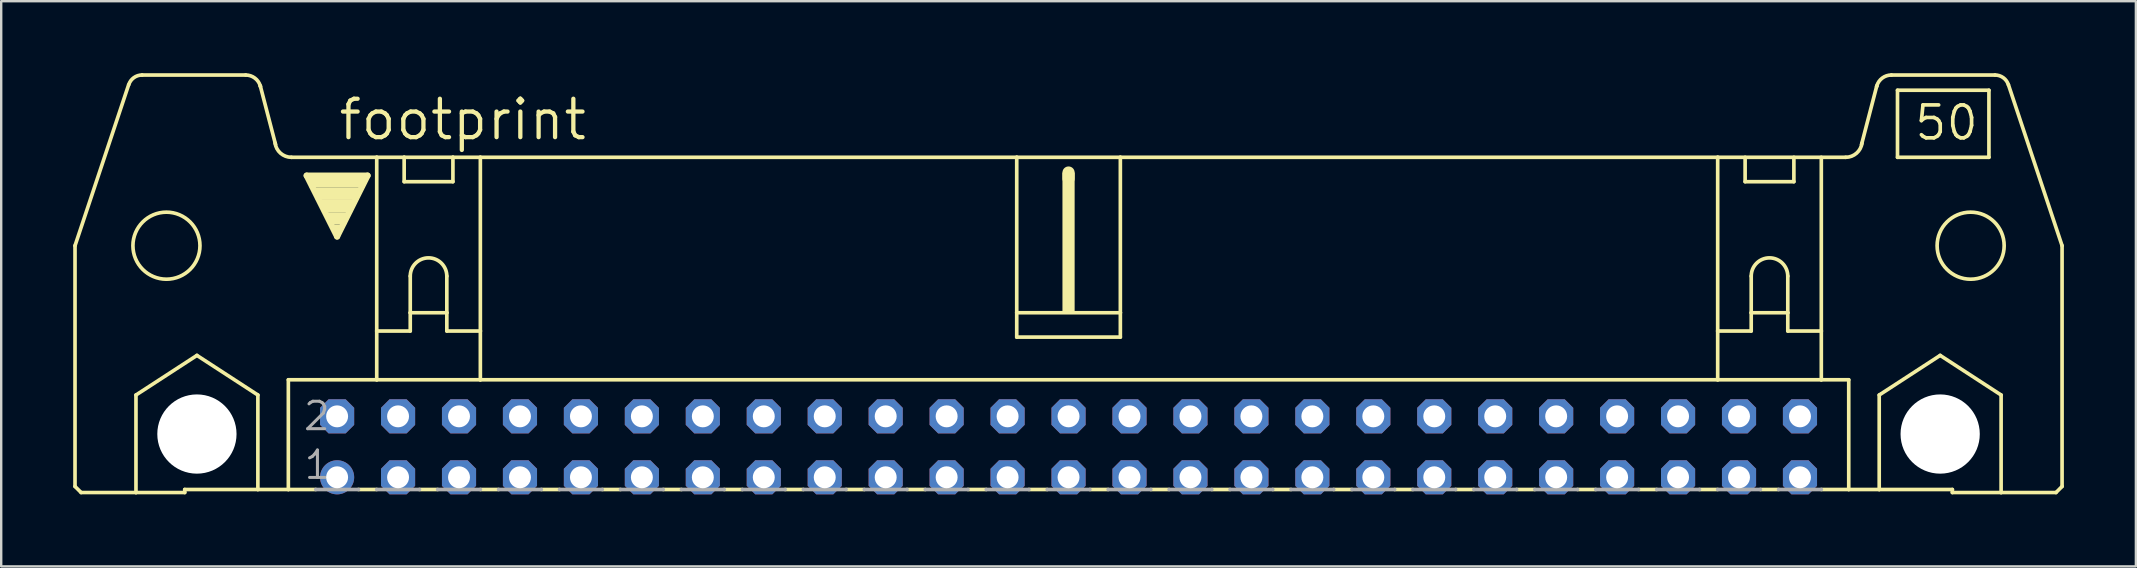
<source format=kicad_pcb>
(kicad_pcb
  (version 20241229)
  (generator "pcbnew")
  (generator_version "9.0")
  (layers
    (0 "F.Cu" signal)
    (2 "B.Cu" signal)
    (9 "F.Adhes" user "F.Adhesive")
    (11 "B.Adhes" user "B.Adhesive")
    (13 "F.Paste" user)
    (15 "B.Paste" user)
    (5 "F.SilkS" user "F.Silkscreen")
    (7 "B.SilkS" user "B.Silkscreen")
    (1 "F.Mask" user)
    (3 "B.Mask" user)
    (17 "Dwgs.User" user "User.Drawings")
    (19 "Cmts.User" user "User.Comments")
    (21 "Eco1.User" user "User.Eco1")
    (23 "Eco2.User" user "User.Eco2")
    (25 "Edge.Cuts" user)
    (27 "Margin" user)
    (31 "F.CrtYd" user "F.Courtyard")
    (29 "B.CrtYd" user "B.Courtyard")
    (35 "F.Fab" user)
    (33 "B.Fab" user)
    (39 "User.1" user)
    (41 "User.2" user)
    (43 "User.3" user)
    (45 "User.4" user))
  (footprint "footprint"
    (layer "F.Cu")
    (at 41.478 15.57)
    (property "Reference" "footprint" (at -30.505 -12.7 0) (layer "F.SilkS") (effects (font (size 1.6 1.6) (thickness 0.178)) (justify left bottom)))
    (fp_line (start -41.402 1.651) (end -41.402 -8.382) (stroke (width 0.152) (type solid)) (layer "F.SilkS"))
    (fp_line (start -41.402 1.651) (end -41.148 1.905) (stroke (width 0.152) (type solid)) (layer "F.SilkS"))
    (fp_line (start -41.148 1.905) (end -38.862 1.905) (stroke (width 0.152) (type solid)) (layer "F.SilkS"))
    (fp_line (start -39.167 -15.088) (end -41.402 -8.382) (stroke (width 0.152) (type solid)) (layer "F.SilkS"))
    (fp_line (start -38.862 -2.159) (end -36.322 -3.81) (stroke (width 0.152) (type solid)) (layer "F.SilkS"))
    (fp_line (start -38.862 1.905) (end -38.862 -2.159) (stroke (width 0.152) (type solid)) (layer "F.SilkS"))
    (fp_line (start -38.862 1.905) (end -36.83 1.905) (stroke (width 0.152) (type solid)) (layer "F.SilkS"))
    (fp_line (start -36.83 1.778) (end -36.83 1.905) (stroke (width 0.152) (type solid)) (layer "F.SilkS"))
    (fp_line (start -36.83 1.778) (end -33.782 1.778) (stroke (width 0.152) (type solid)) (layer "F.SilkS"))
    (fp_line (start -36.322 -3.81) (end -33.782 -2.159) (stroke (width 0.152) (type solid)) (layer "F.SilkS"))
    (fp_line (start -34.29 -15.494) (end -38.608 -15.494) (stroke (width 0.152) (type solid)) (layer "F.SilkS"))
    (fp_line (start -33.782 1.778) (end -33.782 -2.159) (stroke (width 0.152) (type solid)) (layer "F.SilkS"))
    (fp_line (start -33.782 1.778) (end -32.512 1.778) (stroke (width 0.152) (type solid)) (layer "F.SilkS"))
    (fp_line (start -33.045 -12.598) (end -33.68 -15.037) (stroke (width 0.152) (type solid)) (layer "F.SilkS"))
    (fp_line (start -32.512 -2.794) (end -32.512 1.778) (stroke (width 0.152) (type solid)) (layer "F.SilkS"))
    (fp_line (start -32.512 1.778) (end -31.369 1.778) (stroke (width 0.152) (type solid)) (layer "F.SilkS"))
    (fp_line (start -32.385 -12.065) (end -28.829 -12.065) (stroke (width 0.152) (type solid)) (layer "F.SilkS"))
    (fp_line (start -31.75 -11.303) (end -29.21 -11.303) (stroke (width 0.254) (type solid)) (layer "F.SilkS"))
    (fp_line (start -30.48 -8.763) (end -31.75 -11.303) (stroke (width 0.254) (type solid)) (layer "F.SilkS"))
    (fp_line (start -29.591 1.778) (end -28.829 1.778) (stroke (width 0.152) (type solid)) (layer "F.SilkS"))
    (fp_line (start -29.21 -11.303) (end -30.48 -8.763) (stroke (width 0.254) (type solid)) (layer "F.SilkS"))
    (fp_line (start -28.829 -12.065) (end -27.686 -12.065) (stroke (width 0.152) (type solid)) (layer "F.SilkS"))
    (fp_line (start -28.829 -4.826) (end -28.829 -12.065) (stroke (width 0.152) (type solid)) (layer "F.SilkS"))
    (fp_line (start -28.829 -4.826) (end -28.829 -2.794) (stroke (width 0.152) (type solid)) (layer "F.SilkS"))
    (fp_line (start -28.829 -4.826) (end -27.432 -4.826) (stroke (width 0.152) (type solid)) (layer "F.SilkS"))
    (fp_line (start -28.829 -2.794) (end -32.512 -2.794) (stroke (width 0.152) (type solid)) (layer "F.SilkS"))
    (fp_line (start -27.686 -12.065) (end -25.654 -12.065) (stroke (width 0.152) (type solid)) (layer "F.SilkS"))
    (fp_line (start -27.686 -11.049) (end -27.686 -12.065) (stroke (width 0.152) (type solid)) (layer "F.SilkS"))
    (fp_line (start -27.686 -11.049) (end -25.654 -11.049) (stroke (width 0.152) (type solid)) (layer "F.SilkS"))
    (fp_line (start -27.432 -7.112) (end -27.432 -5.588) (stroke (width 0.152) (type solid)) (layer "F.SilkS"))
    (fp_line (start -27.432 -5.588) (end -27.432 -4.826) (stroke (width 0.152) (type solid)) (layer "F.SilkS"))
    (fp_line (start -27.432 -5.588) (end -25.908 -5.588) (stroke (width 0.152) (type solid)) (layer "F.SilkS"))
    (fp_line (start -27.051 1.778) (end -26.289 1.778) (stroke (width 0.152) (type solid)) (layer "F.SilkS"))
    (fp_line (start -25.908 -7.112) (end -25.908 -5.588) (stroke (width 0.152) (type solid)) (layer "F.SilkS"))
    (fp_line (start -25.908 -5.588) (end -25.908 -4.826) (stroke (width 0.152) (type solid)) (layer "F.SilkS"))
    (fp_line (start -25.908 -4.826) (end -24.511 -4.826) (stroke (width 0.152) (type solid)) (layer "F.SilkS"))
    (fp_line (start -25.654 -12.065) (end -25.654 -11.049) (stroke (width 0.152) (type solid)) (layer "F.SilkS"))
    (fp_line (start -25.654 -12.065) (end -24.511 -12.065) (stroke (width 0.152) (type solid)) (layer "F.SilkS"))
    (fp_line (start -24.511 -12.065) (end -2.159 -12.065) (stroke (width 0.152) (type solid)) (layer "F.SilkS"))
    (fp_line (start -24.511 -4.826) (end -24.511 -12.065) (stroke (width 0.152) (type solid)) (layer "F.SilkS"))
    (fp_line (start -24.511 -4.826) (end -24.511 -2.794) (stroke (width 0.152) (type solid)) (layer "F.SilkS"))
    (fp_line (start -24.511 -2.794) (end -28.829 -2.794) (stroke (width 0.152) (type solid)) (layer "F.SilkS"))
    (fp_line (start -24.511 1.778) (end -23.749 1.778) (stroke (width 0.152) (type solid)) (layer "F.SilkS"))
    (fp_line (start -21.971 1.778) (end -21.209 1.778) (stroke (width 0.152) (type solid)) (layer "F.SilkS"))
    (fp_line (start -19.431 1.778) (end -18.669 1.778) (stroke (width 0.152) (type solid)) (layer "F.SilkS"))
    (fp_line (start -16.891 1.778) (end -16.129 1.778) (stroke (width 0.152) (type solid)) (layer "F.SilkS"))
    (fp_line (start -14.351 1.778) (end -13.589 1.778) (stroke (width 0.152) (type solid)) (layer "F.SilkS"))
    (fp_line (start -11.811 1.778) (end -11.049 1.778) (stroke (width 0.152) (type solid)) (layer "F.SilkS"))
    (fp_line (start -9.271 1.778) (end -8.509 1.778) (stroke (width 0.152) (type solid)) (layer "F.SilkS"))
    (fp_line (start -6.731 1.778) (end -5.969 1.778) (stroke (width 0.152) (type solid)) (layer "F.SilkS"))
    (fp_line (start -4.191 1.778) (end -3.429 1.778) (stroke (width 0.152) (type solid)) (layer "F.SilkS"))
    (fp_line (start -2.159 -12.065) (end -2.159 -5.588) (stroke (width 0.152) (type solid)) (layer "F.SilkS"))
    (fp_line (start -2.159 -12.065) (end 2.159 -12.065) (stroke (width 0.152) (type solid)) (layer "F.SilkS"))
    (fp_line (start -2.159 -5.588) (end -2.159 -4.572) (stroke (width 0.152) (type solid)) (layer "F.SilkS"))
    (fp_line (start -1.651 1.778) (end -0.889 1.778) (stroke (width 0.152) (type solid)) (layer "F.SilkS"))
    (fp_line (start 0 -11.176) (end 0 -11.43) (stroke (width 0.508) (type solid)) (layer "F.SilkS"))
    (fp_line (start 0.889 1.778) (end 1.651 1.778) (stroke (width 0.152) (type solid)) (layer "F.SilkS"))
    (fp_line (start 2.159 -12.065) (end 2.159 -5.588) (stroke (width 0.152) (type solid)) (layer "F.SilkS"))
    (fp_line (start 2.159 -12.065) (end 27.051 -12.065) (stroke (width 0.152) (type solid)) (layer "F.SilkS"))
    (fp_line (start 2.159 -5.588) (end -2.159 -5.588) (stroke (width 0.152) (type solid)) (layer "F.SilkS"))
    (fp_line (start 2.159 -5.588) (end 2.159 -4.572) (stroke (width 0.152) (type solid)) (layer "F.SilkS"))
    (fp_line (start 2.159 -4.572) (end -2.159 -4.572) (stroke (width 0.152) (type solid)) (layer "F.SilkS"))
    (fp_line (start 3.429 1.778) (end 4.191 1.778) (stroke (width 0.152) (type solid)) (layer "F.SilkS"))
    (fp_line (start 5.969 1.778) (end 6.731 1.778) (stroke (width 0.152) (type solid)) (layer "F.SilkS"))
    (fp_line (start 8.509 1.778) (end 9.271 1.778) (stroke (width 0.152) (type solid)) (layer "F.SilkS"))
    (fp_line (start 11.049 1.778) (end 11.811 1.778) (stroke (width 0.152) (type solid)) (layer "F.SilkS"))
    (fp_line (start 13.589 1.778) (end 14.351 1.778) (stroke (width 0.152) (type solid)) (layer "F.SilkS"))
    (fp_line (start 16.129 1.778) (end 16.891 1.778) (stroke (width 0.152) (type solid)) (layer "F.SilkS"))
    (fp_line (start 18.669 1.778) (end 19.431 1.778) (stroke (width 0.152) (type solid)) (layer "F.SilkS"))
    (fp_line (start 21.209 1.778) (end 21.971 1.778) (stroke (width 0.152) (type solid)) (layer "F.SilkS"))
    (fp_line (start 23.749 1.778) (end 24.511 1.778) (stroke (width 0.152) (type solid)) (layer "F.SilkS"))
    (fp_line (start 26.289 1.778) (end 27.051 1.778) (stroke (width 0.152) (type solid)) (layer "F.SilkS"))
    (fp_line (start 27.051 -12.065) (end 32.385 -12.065) (stroke (width 0.152) (type solid)) (layer "F.SilkS"))
    (fp_line (start 27.051 -4.826) (end 27.051 -12.065) (stroke (width 0.152) (type solid)) (layer "F.SilkS"))
    (fp_line (start 27.051 -4.826) (end 27.051 -2.794) (stroke (width 0.152) (type solid)) (layer "F.SilkS"))
    (fp_line (start 27.051 -4.826) (end 28.448 -4.826) (stroke (width 0.152) (type solid)) (layer "F.SilkS"))
    (fp_line (start 27.051 -2.794) (end -24.511 -2.794) (stroke (width 0.152) (type solid)) (layer "F.SilkS"))
    (fp_line (start 28.194 -11.049) (end 28.194 -12.065) (stroke (width 0.152) (type solid)) (layer "F.SilkS"))
    (fp_line (start 28.194 -11.049) (end 30.226 -11.049) (stroke (width 0.152) (type solid)) (layer "F.SilkS"))
    (fp_line (start 28.448 -7.112) (end 28.448 -5.588) (stroke (width 0.152) (type solid)) (layer "F.SilkS"))
    (fp_line (start 28.448 -5.588) (end 28.448 -4.826) (stroke (width 0.152) (type solid)) (layer "F.SilkS"))
    (fp_line (start 28.448 -5.588) (end 29.972 -5.588) (stroke (width 0.152) (type solid)) (layer "F.SilkS"))
    (fp_line (start 28.829 1.778) (end 29.591 1.778) (stroke (width 0.152) (type solid)) (layer "F.SilkS"))
    (fp_line (start 29.972 -7.112) (end 29.972 -5.588) (stroke (width 0.152) (type solid)) (layer "F.SilkS"))
    (fp_line (start 29.972 -5.588) (end 29.972 -4.826) (stroke (width 0.152) (type solid)) (layer "F.SilkS"))
    (fp_line (start 29.972 -4.826) (end 31.369 -4.826) (stroke (width 0.152) (type solid)) (layer "F.SilkS"))
    (fp_line (start 30.226 -12.065) (end 30.226 -11.049) (stroke (width 0.152) (type solid)) (layer "F.SilkS"))
    (fp_line (start 31.369 -4.826) (end 31.369 -12.065) (stroke (width 0.152) (type solid)) (layer "F.SilkS"))
    (fp_line (start 31.369 -4.826) (end 31.369 -2.794) (stroke (width 0.152) (type solid)) (layer "F.SilkS"))
    (fp_line (start 31.369 -2.794) (end 27.051 -2.794) (stroke (width 0.152) (type solid)) (layer "F.SilkS"))
    (fp_line (start 32.512 -2.794) (end 31.369 -2.794) (stroke (width 0.152) (type solid)) (layer "F.SilkS"))
    (fp_line (start 32.512 -2.794) (end 32.512 1.778) (stroke (width 0.152) (type solid)) (layer "F.SilkS"))
    (fp_line (start 32.512 1.778) (end 31.369 1.778) (stroke (width 0.152) (type solid)) (layer "F.SilkS"))
    (fp_line (start 33.045 -12.598) (end 33.68 -15.037) (stroke (width 0.152) (type solid)) (layer "F.SilkS"))
    (fp_line (start 33.782 -2.159) (end 36.322 -3.81) (stroke (width 0.152) (type solid)) (layer "F.SilkS"))
    (fp_line (start 33.782 1.778) (end 32.512 1.778) (stroke (width 0.152) (type solid)) (layer "F.SilkS"))
    (fp_line (start 33.782 1.778) (end 33.782 -2.159) (stroke (width 0.152) (type solid)) (layer "F.SilkS"))
    (fp_line (start 34.29 -15.494) (end 38.608 -15.494) (stroke (width 0.152) (type solid)) (layer "F.SilkS"))
    (fp_line (start 34.544 -14.859) (end 34.544 -12.065) (stroke (width 0.152) (type solid)) (layer "F.SilkS"))
    (fp_line (start 34.544 -12.065) (end 38.354 -12.065) (stroke (width 0.152) (type solid)) (layer "F.SilkS"))
    (fp_line (start 36.322 -3.81) (end 38.862 -2.159) (stroke (width 0.152) (type solid)) (layer "F.SilkS"))
    (fp_line (start 36.83 1.778) (end 33.782 1.778) (stroke (width 0.152) (type solid)) (layer "F.SilkS"))
    (fp_line (start 36.83 1.778) (end 36.83 1.905) (stroke (width 0.152) (type solid)) (layer "F.SilkS"))
    (fp_line (start 38.354 -14.859) (end 34.544 -14.859) (stroke (width 0.152) (type solid)) (layer "F.SilkS"))
    (fp_line (start 38.354 -14.859) (end 38.354 -12.065) (stroke (width 0.152) (type solid)) (layer "F.SilkS"))
    (fp_line (start 38.862 1.905) (end 36.83 1.905) (stroke (width 0.152) (type solid)) (layer "F.SilkS"))
    (fp_line (start 38.862 1.905) (end 38.862 -2.159) (stroke (width 0.152) (type solid)) (layer "F.SilkS"))
    (fp_line (start 39.167 -15.088) (end 41.402 -8.382) (stroke (width 0.152) (type solid)) (layer "F.SilkS"))
    (fp_line (start 41.148 1.905) (end 38.862 1.905) (stroke (width 0.152) (type solid)) (layer "F.SilkS"))
    (fp_line (start 41.402 1.651) (end 41.148 1.905) (stroke (width 0.152) (type solid)) (layer "F.SilkS"))
    (fp_line (start 41.402 1.651) (end 41.402 -8.382) (stroke (width 0.152) (type solid)) (layer "F.SilkS"))
    (fp_arc (start -39.1644 -15.0878) (mid -38.952453 -15.38168) (end -38.607999 -15.494101) (stroke (width 0.1524) (type solid)) (layer "F.SilkS"))
    (fp_arc (start -34.29 -15.494) (mid -33.908999 -15.367) (end -33.680399 -15.036799) (stroke (width 0.1524) (type solid)) (layer "F.SilkS"))
    (fp_arc (start -33.6804 -15.0368) (mid -33.677084 -15.024931) (end -33.674 -15.013) (stroke (width 0.1524) (type solid)) (layer "F.SilkS"))
    (fp_arc (start -32.384999 -12.064999) (mid -32.836774 -12.234823) (end -33.0648 -12.6602) (stroke (width 0.1524) (type solid)) (layer "F.SilkS"))
    (fp_arc (start -27.432 -7.112) (mid -26.67 -7.874) (end -25.908 -7.112) (stroke (width 0.1524) (type solid)) (layer "F.SilkS"))
    (fp_arc (start 28.448 -7.112) (mid 29.21 -7.874) (end 29.972 -7.112) (stroke (width 0.1524) (type solid)) (layer "F.SilkS"))
    (fp_arc (start 33.064799 -12.660201) (mid 32.836774 -12.234825) (end 32.385 -12.065) (stroke (width 0.1524) (type solid)) (layer "F.SilkS"))
    (fp_arc (start 33.674 -15.013) (mid 33.677084 -15.024931) (end 33.6804 -15.0368) (stroke (width 0.1524) (type solid)) (layer "F.SilkS"))
    (fp_arc (start 33.6804 -15.0368) (mid 33.909001 -15.367) (end 34.290001 -15.493999) (stroke (width 0.1524) (type solid)) (layer "F.SilkS"))
    (fp_arc (start 38.608 -15.494) (mid 38.952385 -15.381609) (end 39.1643 -15.087799) (stroke (width 0.1524) (type solid)) (layer "F.SilkS"))
    (fp_circle (center -37.592 -8.382) (end -36.195 -8.382) (stroke (width 0.152) (type solid)) (fill no) (layer "F.SilkS"))
    (fp_circle (center -36.322 -0.533) (end -35.001 -0.533) (stroke (width 0.152) (type solid)) (fill no) (layer "F.SilkS"))
    (fp_circle (center 36.322 -0.533) (end 37.643 -0.533) (stroke (width 0.152) (type solid)) (fill no) (layer "F.SilkS"))
    (fp_circle (center 37.592 -8.382) (end 38.989 -8.382) (stroke (width 0.152) (type solid)) (fill no) (layer "F.SilkS"))
    (fp_poly (pts (xy -31.623 -10.795) (xy -29.337 -10.795) (xy -29.337 -11.303) (xy -31.623 -11.303)) (stroke (width 0) (type solid)) (fill yes) (layer "F.SilkS"))
    (fp_poly (pts (xy -31.369 -10.287) (xy -29.591 -10.287) (xy -29.591 -10.795) (xy -31.369 -10.795)) (stroke (width 0) (type solid)) (fill yes) (layer "F.SilkS"))
    (fp_poly (pts (xy -31.115 -9.779) (xy -29.845 -9.779) (xy -29.845 -10.287) (xy -31.115 -10.287)) (stroke (width 0) (type solid)) (fill yes) (layer "F.SilkS"))
    (fp_poly (pts (xy -30.861 -9.271) (xy -30.099 -9.271) (xy -30.099 -9.779) (xy -30.861 -9.779)) (stroke (width 0) (type solid)) (fill yes) (layer "F.SilkS"))
    (fp_poly (pts (xy -30.607 -9.017) (xy -30.353 -9.017) (xy -30.353 -9.271) (xy -30.607 -9.271)) (stroke (width 0) (type solid)) (fill yes) (layer "F.SilkS"))
    (fp_poly (pts (xy -0.254 -5.588) (xy 0.254 -5.588) (xy 0.254 -11.43) (xy -0.254 -11.43)) (stroke (width 0) (type solid)) (fill yes) (layer "F.SilkS"))
    (fp_line (start -31.369 1.778) (end -29.591 1.778) (stroke (width 0.152) (type solid)) (layer "F.Fab"))
    (fp_line (start -28.829 1.778) (end -27.051 1.778) (stroke (width 0.152) (type solid)) (layer "F.Fab"))
    (fp_line (start -26.289 1.778) (end -24.511 1.778) (stroke (width 0.152) (type solid)) (layer "F.Fab"))
    (fp_line (start -23.749 1.778) (end -21.971 1.778) (stroke (width 0.152) (type solid)) (layer "F.Fab"))
    (fp_line (start -21.209 1.778) (end -19.431 1.778) (stroke (width 0.152) (type solid)) (layer "F.Fab"))
    (fp_line (start -18.669 1.778) (end -16.891 1.778) (stroke (width 0.152) (type solid)) (layer "F.Fab"))
    (fp_line (start -16.129 1.778) (end -14.351 1.778) (stroke (width 0.152) (type solid)) (layer "F.Fab"))
    (fp_line (start -13.589 1.778) (end -11.811 1.778) (stroke (width 0.152) (type solid)) (layer "F.Fab"))
    (fp_line (start -11.049 1.778) (end -9.271 1.778) (stroke (width 0.152) (type solid)) (layer "F.Fab"))
    (fp_line (start -8.509 1.778) (end -6.731 1.778) (stroke (width 0.152) (type solid)) (layer "F.Fab"))
    (fp_line (start -5.969 1.778) (end -4.191 1.778) (stroke (width 0.152) (type solid)) (layer "F.Fab"))
    (fp_line (start -3.429 1.778) (end -1.651 1.778) (stroke (width 0.152) (type solid)) (layer "F.Fab"))
    (fp_line (start -0.889 1.778) (end 0.889 1.778) (stroke (width 0.152) (type solid)) (layer "F.Fab"))
    (fp_line (start 1.651 1.778) (end 3.429 1.778) (stroke (width 0.152) (type solid)) (layer "F.Fab"))
    (fp_line (start 4.191 1.778) (end 5.969 1.778) (stroke (width 0.152) (type solid)) (layer "F.Fab"))
    (fp_line (start 6.731 1.778) (end 8.509 1.778) (stroke (width 0.152) (type solid)) (layer "F.Fab"))
    (fp_line (start 9.271 1.778) (end 11.049 1.778) (stroke (width 0.152) (type solid)) (layer "F.Fab"))
    (fp_line (start 13.589 1.778) (end 11.811 1.778) (stroke (width 0.152) (type solid)) (layer "F.Fab"))
    (fp_line (start 16.129 1.778) (end 14.351 1.778) (stroke (width 0.152) (type solid)) (layer "F.Fab"))
    (fp_line (start 18.669 1.778) (end 16.891 1.778) (stroke (width 0.152) (type solid)) (layer "F.Fab"))
    (fp_line (start 21.209 1.778) (end 19.431 1.778) (stroke (width 0.152) (type solid)) (layer "F.Fab"))
    (fp_line (start 23.749 1.778) (end 21.971 1.778) (stroke (width 0.152) (type solid)) (layer "F.Fab"))
    (fp_line (start 26.289 1.778) (end 24.511 1.778) (stroke (width 0.152) (type solid)) (layer "F.Fab"))
    (fp_line (start 28.829 1.778) (end 27.051 1.778) (stroke (width 0.152) (type solid)) (layer "F.Fab"))
    (fp_line (start 31.369 1.778) (end 29.591 1.778) (stroke (width 0.152) (type solid)) (layer "F.Fab"))
    (fp_text user "50" (at 35.179 -12.7 0) (layer "F.SilkS") (effects (font (size 1.372 1.372) (thickness 0.152)) (justify left bottom)))
    (fp_text user "2" (at -31.953 -0.61 0) (layer "F.Fab") (effects (font (size 1.143 1.143) (thickness 0.127)) (justify left bottom)))
    (fp_text user "1" (at -31.928 1.422 0) (layer "F.Fab") (effects (font (size 1.143 1.143) (thickness 0.127)) (justify left bottom)))
    (pad "" np_thru_hole circle (at -36.322 -0.533) (size 3.302 3.302) (drill 3.302) (layers "*.Cu" "*.Mask"))
    (pad "" np_thru_hole circle (at 36.322 -0.533) (size 3.302 3.302) (drill 3.302) (layers "*.Cu" "*.Mask"))
    (pad "1" thru_hole circle (at -30.48 1.27) (size 1.422 1.422) (drill 0.914) (layers "*.Cu" "*.Mask"))
    (pad "2" thru_hole roundrect (at -30.48 -1.27) (size 1.422 1.422) (drill 0.914) (layers "*.Cu" "*.Mask") (roundrect_rratio 0.25) (chamfer_ratio 0.25) (chamfer top_left top_right bottom_left bottom_right))
    (pad "3" thru_hole roundrect (at -27.94 1.27) (size 1.422 1.422) (drill 0.914) (layers "*.Cu" "*.Mask") (roundrect_rratio 0.25) (chamfer_ratio 0.25) (chamfer top_left top_right bottom_left bottom_right))
    (pad "4" thru_hole roundrect (at -27.94 -1.27) (size 1.422 1.422) (drill 0.914) (layers "*.Cu" "*.Mask") (roundrect_rratio 0.25) (chamfer_ratio 0.25) (chamfer top_left top_right bottom_left bottom_right))
    (pad "5" thru_hole roundrect (at -25.4 1.27) (size 1.422 1.422) (drill 0.914) (layers "*.Cu" "*.Mask") (roundrect_rratio 0.25) (chamfer_ratio 0.25) (chamfer top_left top_right bottom_left bottom_right))
    (pad "6" thru_hole roundrect (at -25.4 -1.27) (size 1.422 1.422) (drill 0.914) (layers "*.Cu" "*.Mask") (roundrect_rratio 0.25) (chamfer_ratio 0.25) (chamfer top_left top_right bottom_left bottom_right))
    (pad "7" thru_hole roundrect (at -22.86 1.27) (size 1.422 1.422) (drill 0.914) (layers "*.Cu" "*.Mask") (roundrect_rratio 0.25) (chamfer_ratio 0.25) (chamfer top_left top_right bottom_left bottom_right))
    (pad "8" thru_hole roundrect (at -22.86 -1.27) (size 1.422 1.422) (drill 0.914) (layers "*.Cu" "*.Mask") (roundrect_rratio 0.25) (chamfer_ratio 0.25) (chamfer top_left top_right bottom_left bottom_right))
    (pad "9" thru_hole roundrect (at -20.32 1.27) (size 1.422 1.422) (drill 0.914) (layers "*.Cu" "*.Mask") (roundrect_rratio 0.25) (chamfer_ratio 0.25) (chamfer top_left top_right bottom_left bottom_right))
    (pad "10" thru_hole roundrect (at -20.32 -1.27) (size 1.422 1.422) (drill 0.914) (layers "*.Cu" "*.Mask") (roundrect_rratio 0.25) (chamfer_ratio 0.25) (chamfer top_left top_right bottom_left bottom_right))
    (pad "11" thru_hole roundrect (at -17.78 1.27) (size 1.422 1.422) (drill 0.914) (layers "*.Cu" "*.Mask") (roundrect_rratio 0.25) (chamfer_ratio 0.25) (chamfer top_left top_right bottom_left bottom_right))
    (pad "12" thru_hole roundrect (at -17.78 -1.27) (size 1.422 1.422) (drill 0.914) (layers "*.Cu" "*.Mask") (roundrect_rratio 0.25) (chamfer_ratio 0.25) (chamfer top_left top_right bottom_left bottom_right))
    (pad "13" thru_hole roundrect (at -15.24 1.27) (size 1.422 1.422) (drill 0.914) (layers "*.Cu" "*.Mask") (roundrect_rratio 0.25) (chamfer_ratio 0.25) (chamfer top_left top_right bottom_left bottom_right))
    (pad "14" thru_hole roundrect (at -15.24 -1.27) (size 1.422 1.422) (drill 0.914) (layers "*.Cu" "*.Mask") (roundrect_rratio 0.25) (chamfer_ratio 0.25) (chamfer top_left top_right bottom_left bottom_right))
    (pad "15" thru_hole roundrect (at -12.7 1.27) (size 1.422 1.422) (drill 0.914) (layers "*.Cu" "*.Mask") (roundrect_rratio 0.25) (chamfer_ratio 0.25) (chamfer top_left top_right bottom_left bottom_right))
    (pad "16" thru_hole roundrect (at -12.7 -1.27) (size 1.422 1.422) (drill 0.914) (layers "*.Cu" "*.Mask") (roundrect_rratio 0.25) (chamfer_ratio 0.25) (chamfer top_left top_right bottom_left bottom_right))
    (pad "17" thru_hole roundrect (at -10.16 1.27) (size 1.422 1.422) (drill 0.914) (layers "*.Cu" "*.Mask") (roundrect_rratio 0.25) (chamfer_ratio 0.25) (chamfer top_left top_right bottom_left bottom_right))
    (pad "18" thru_hole roundrect (at -10.16 -1.27) (size 1.422 1.422) (drill 0.914) (layers "*.Cu" "*.Mask") (roundrect_rratio 0.25) (chamfer_ratio 0.25) (chamfer top_left top_right bottom_left bottom_right))
    (pad "19" thru_hole roundrect (at -7.62 1.27) (size 1.422 1.422) (drill 0.914) (layers "*.Cu" "*.Mask") (roundrect_rratio 0.25) (chamfer_ratio 0.25) (chamfer top_left top_right bottom_left bottom_right))
    (pad "20" thru_hole roundrect (at -7.62 -1.27) (size 1.422 1.422) (drill 0.914) (layers "*.Cu" "*.Mask") (roundrect_rratio 0.25) (chamfer_ratio 0.25) (chamfer top_left top_right bottom_left bottom_right))
    (pad "21" thru_hole roundrect (at -5.08 1.27) (size 1.422 1.422) (drill 0.914) (layers "*.Cu" "*.Mask") (roundrect_rratio 0.25) (chamfer_ratio 0.25) (chamfer top_left top_right bottom_left bottom_right))
    (pad "22" thru_hole roundrect (at -5.08 -1.27) (size 1.422 1.422) (drill 0.914) (layers "*.Cu" "*.Mask") (roundrect_rratio 0.25) (chamfer_ratio 0.25) (chamfer top_left top_right bottom_left bottom_right))
    (pad "23" thru_hole roundrect (at -2.54 1.27) (size 1.422 1.422) (drill 0.914) (layers "*.Cu" "*.Mask") (roundrect_rratio 0.25) (chamfer_ratio 0.25) (chamfer top_left top_right bottom_left bottom_right))
    (pad "24" thru_hole roundrect (at -2.54 -1.27) (size 1.422 1.422) (drill 0.914) (layers "*.Cu" "*.Mask") (roundrect_rratio 0.25) (chamfer_ratio 0.25) (chamfer top_left top_right bottom_left bottom_right))
    (pad "25" thru_hole roundrect (at 0 1.27) (size 1.422 1.422) (drill 0.914) (layers "*.Cu" "*.Mask") (roundrect_rratio 0.25) (chamfer_ratio 0.25) (chamfer top_left top_right bottom_left bottom_right))
    (pad "26" thru_hole roundrect (at 0 -1.27) (size 1.422 1.422) (drill 0.914) (layers "*.Cu" "*.Mask") (roundrect_rratio 0.25) (chamfer_ratio 0.25) (chamfer top_left top_right bottom_left bottom_right))
    (pad "27" thru_hole roundrect (at 2.54 1.27) (size 1.422 1.422) (drill 0.914) (layers "*.Cu" "*.Mask") (roundrect_rratio 0.25) (chamfer_ratio 0.25) (chamfer top_left top_right bottom_left bottom_right))
    (pad "28" thru_hole roundrect (at 2.54 -1.27) (size 1.422 1.422) (drill 0.914) (layers "*.Cu" "*.Mask") (roundrect_rratio 0.25) (chamfer_ratio 0.25) (chamfer top_left top_right bottom_left bottom_right))
    (pad "29" thru_hole roundrect (at 5.08 1.27) (size 1.422 1.422) (drill 0.914) (layers "*.Cu" "*.Mask") (roundrect_rratio 0.25) (chamfer_ratio 0.25) (chamfer top_left top_right bottom_left bottom_right))
    (pad "30" thru_hole roundrect (at 5.08 -1.27) (size 1.422 1.422) (drill 0.914) (layers "*.Cu" "*.Mask") (roundrect_rratio 0.25) (chamfer_ratio 0.25) (chamfer top_left top_right bottom_left bottom_right))
    (pad "31" thru_hole roundrect (at 7.62 1.27) (size 1.422 1.422) (drill 0.914) (layers "*.Cu" "*.Mask") (roundrect_rratio 0.25) (chamfer_ratio 0.25) (chamfer top_left top_right bottom_left bottom_right))
    (pad "32" thru_hole roundrect (at 7.62 -1.27) (size 1.422 1.422) (drill 0.914) (layers "*.Cu" "*.Mask") (roundrect_rratio 0.25) (chamfer_ratio 0.25) (chamfer top_left top_right bottom_left bottom_right))
    (pad "33" thru_hole roundrect (at 10.16 1.27) (size 1.422 1.422) (drill 0.914) (layers "*.Cu" "*.Mask") (roundrect_rratio 0.25) (chamfer_ratio 0.25) (chamfer top_left top_right bottom_left bottom_right))
    (pad "34" thru_hole roundrect (at 10.16 -1.27) (size 1.422 1.422) (drill 0.914) (layers "*.Cu" "*.Mask") (roundrect_rratio 0.25) (chamfer_ratio 0.25) (chamfer top_left top_right bottom_left bottom_right))
    (pad "35" thru_hole roundrect (at 12.7 1.27) (size 1.422 1.422) (drill 0.914) (layers "*.Cu" "*.Mask") (roundrect_rratio 0.25) (chamfer_ratio 0.25) (chamfer top_left top_right bottom_left bottom_right))
    (pad "36" thru_hole roundrect (at 12.7 -1.27) (size 1.422 1.422) (drill 0.914) (layers "*.Cu" "*.Mask") (roundrect_rratio 0.25) (chamfer_ratio 0.25) (chamfer top_left top_right bottom_left bottom_right))
    (pad "37" thru_hole roundrect (at 15.24 1.27) (size 1.422 1.422) (drill 0.914) (layers "*.Cu" "*.Mask") (roundrect_rratio 0.25) (chamfer_ratio 0.25) (chamfer top_left top_right bottom_left bottom_right))
    (pad "38" thru_hole roundrect (at 15.24 -1.27) (size 1.422 1.422) (drill 0.914) (layers "*.Cu" "*.Mask") (roundrect_rratio 0.25) (chamfer_ratio 0.25) (chamfer top_left top_right bottom_left bottom_right))
    (pad "39" thru_hole roundrect (at 17.78 1.27) (size 1.422 1.422) (drill 0.914) (layers "*.Cu" "*.Mask") (roundrect_rratio 0.25) (chamfer_ratio 0.25) (chamfer top_left top_right bottom_left bottom_right))
    (pad "40" thru_hole roundrect (at 17.78 -1.27) (size 1.422 1.422) (drill 0.914) (layers "*.Cu" "*.Mask") (roundrect_rratio 0.25) (chamfer_ratio 0.25) (chamfer top_left top_right bottom_left bottom_right))
    (pad "41" thru_hole roundrect (at 20.32 1.27) (size 1.422 1.422) (drill 0.914) (layers "*.Cu" "*.Mask") (roundrect_rratio 0.25) (chamfer_ratio 0.25) (chamfer top_left top_right bottom_left bottom_right))
    (pad "42" thru_hole roundrect (at 20.32 -1.27) (size 1.422 1.422) (drill 0.914) (layers "*.Cu" "*.Mask") (roundrect_rratio 0.25) (chamfer_ratio 0.25) (chamfer top_left top_right bottom_left bottom_right))
    (pad "43" thru_hole roundrect (at 22.86 1.27) (size 1.422 1.422) (drill 0.914) (layers "*.Cu" "*.Mask") (roundrect_rratio 0.25) (chamfer_ratio 0.25) (chamfer top_left top_right bottom_left bottom_right))
    (pad "44" thru_hole roundrect (at 22.86 -1.27) (size 1.422 1.422) (drill 0.914) (layers "*.Cu" "*.Mask") (roundrect_rratio 0.25) (chamfer_ratio 0.25) (chamfer top_left top_right bottom_left bottom_right))
    (pad "45" thru_hole roundrect (at 25.4 1.27) (size 1.422 1.422) (drill 0.914) (layers "*.Cu" "*.Mask") (roundrect_rratio 0.25) (chamfer_ratio 0.25) (chamfer top_left top_right bottom_left bottom_right))
    (pad "46" thru_hole roundrect (at 25.4 -1.27) (size 1.422 1.422) (drill 0.914) (layers "*.Cu" "*.Mask") (roundrect_rratio 0.25) (chamfer_ratio 0.25) (chamfer top_left top_right bottom_left bottom_right))
    (pad "47" thru_hole roundrect (at 27.94 1.27) (size 1.422 1.422) (drill 0.914) (layers "*.Cu" "*.Mask") (roundrect_rratio 0.25) (chamfer_ratio 0.25) (chamfer top_left top_right bottom_left bottom_right))
    (pad "48" thru_hole roundrect (at 27.94 -1.27) (size 1.422 1.422) (drill 0.914) (layers "*.Cu" "*.Mask") (roundrect_rratio 0.25) (chamfer_ratio 0.25) (chamfer top_left top_right bottom_left bottom_right))
    (pad "49" thru_hole roundrect (at 30.48 1.27) (size 1.422 1.422) (drill 0.914) (layers "*.Cu" "*.Mask") (roundrect_rratio 0.25) (chamfer_ratio 0.25) (chamfer top_left top_right bottom_left bottom_right))
    (pad "50" thru_hole roundrect (at 30.48 -1.27) (size 1.422 1.422) (drill 0.914) (layers "*.Cu" "*.Mask") (roundrect_rratio 0.25) (chamfer_ratio 0.25) (chamfer top_left top_right bottom_left bottom_right))
    (zone (net_name "") (layers "F.Cu" "B.Cu") (hatch edge 0.508) (connect_pads) (min_thickness 0.254) (filled_areas_thickness no) (keepout (tracks allowed) (vias not_allowed) (pads allowed) (copperpour allowed) (footprints allowed)) (placement (enabled no)) (fill) (polygon (pts (xy 7.442 15.037) (xy 7.407 14.64) (xy 7.304 14.255) (xy 7.136 13.894) (xy 6.907 13.567) (xy 6.626 13.286) (xy 6.299 13.057) (xy 5.938 12.889) (xy 5.553 12.786) (xy 5.156 12.751) (xy 4.759 12.786) (xy 4.374 12.889) (xy 4.013 13.057) (xy 3.687 13.286) (xy 3.405 13.567) (xy 3.176 13.894) (xy 3.008 14.255) (xy 2.905 14.64) (xy 2.87 15.037) (xy 2.905 15.434) (xy 3.008 15.819) (xy 3.176 16.18) (xy 3.405 16.506) (xy 3.687 16.788) (xy 4.013 17.017) (xy 4.374 17.185) (xy 4.759 17.288) (xy 5.156 17.323) (xy 5.553 17.288) (xy 5.938 17.185) (xy 6.299 17.017) (xy 6.626 16.788) (xy 6.907 16.506) (xy 7.136 16.18) (xy 7.304 15.819) (xy 7.407 15.434))))
    (zone (net_name "") (layers "F.Cu" "B.Cu") (hatch edge 0.508) (connect_pads) (min_thickness 0.254) (filled_areas_thickness no) (keepout (tracks allowed) (vias not_allowed) (pads allowed) (copperpour allowed) (footprints allowed)) (placement (enabled no)) (fill) (polygon (pts (xy 80.086 15.037) (xy 80.051 14.64) (xy 79.948 14.255) (xy 79.78 13.894) (xy 79.551 13.567) (xy 79.27 13.286) (xy 78.943 13.057) (xy 78.582 12.889) (xy 78.197 12.786) (xy 77.8 12.751) (xy 77.403 12.786) (xy 77.018 12.889) (xy 76.657 13.057) (xy 76.331 13.286) (xy 76.049 13.567) (xy 75.82 13.894) (xy 75.652 14.255) (xy 75.549 14.64) (xy 75.514 15.037) (xy 75.549 15.434) (xy 75.652 15.819) (xy 75.82 16.18) (xy 76.049 16.506) (xy 76.331 16.788) (xy 76.657 17.017) (xy 77.018 17.185) (xy 77.403 17.288) (xy 77.8 17.323) (xy 78.197 17.288) (xy 78.582 17.185) (xy 78.943 17.017) (xy 79.27 16.788) (xy 79.551 16.506) (xy 79.78 16.18) (xy 79.948 15.819) (xy 80.051 15.434))))
    (zone (net_name "") (layer "B.Cu") (hatch edge 0.508) (connect_pads) (min_thickness 0.254) (filled_areas_thickness no) (keepout (tracks not_allowed) (vias not_allowed) (pads not_allowed) (copperpour not_allowed) (footprints allowed)) (placement (enabled no)) (fill) (polygon (pts (xy 7.442 15.037) (xy 7.407 14.64) (xy 7.304 14.255) (xy 7.136 13.894) (xy 6.907 13.567) (xy 6.626 13.286) (xy 6.299 13.057) (xy 5.938 12.889) (xy 5.553 12.786) (xy 5.156 12.751) (xy 4.759 12.786) (xy 4.374 12.889) (xy 4.013 13.057) (xy 3.687 13.286) (xy 3.405 13.567) (xy 3.176 13.894) (xy 3.008 14.255) (xy 2.905 14.64) (xy 2.87 15.037) (xy 2.905 15.434) (xy 3.008 15.819) (xy 3.176 16.18) (xy 3.405 16.506) (xy 3.687 16.788) (xy 4.013 17.017) (xy 4.374 17.185) (xy 4.759 17.288) (xy 5.156 17.323) (xy 5.553 17.288) (xy 5.938 17.185) (xy 6.299 17.017) (xy 6.626 16.788) (xy 6.907 16.506) (xy 7.136 16.18) (xy 7.304 15.819) (xy 7.407 15.434))))
    (zone (net_name "") (layer "B.Cu") (hatch edge 0.508) (connect_pads) (min_thickness 0.254) (filled_areas_thickness no) (keepout (tracks not_allowed) (vias not_allowed) (pads not_allowed) (copperpour not_allowed) (footprints allowed)) (placement (enabled no)) (fill) (polygon (pts (xy 80.086 15.037) (xy 80.051 14.64) (xy 79.948 14.255) (xy 79.78 13.894) (xy 79.551 13.567) (xy 79.27 13.286) (xy 78.943 13.057) (xy 78.582 12.889) (xy 78.197 12.786) (xy 77.8 12.751) (xy 77.403 12.786) (xy 77.018 12.889) (xy 76.657 13.057) (xy 76.331 13.286) (xy 76.049 13.567) (xy 75.82 13.894) (xy 75.652 14.255) (xy 75.549 14.64) (xy 75.514 15.037) (xy 75.549 15.434) (xy 75.652 15.819) (xy 75.82 16.18) (xy 76.049 16.506) (xy 76.331 16.788) (xy 76.657 17.017) (xy 77.018 17.185) (xy 77.403 17.288) (xy 77.8 17.323) (xy 78.197 17.288) (xy 78.582 17.185) (xy 78.943 17.017) (xy 79.27 16.788) (xy 79.551 16.506) (xy 79.78 16.18) (xy 79.948 15.819) (xy 80.051 15.434)))))
  (gr_rect
    (start -3 -3)
    (end 85.956 20.552)
    (stroke (width 0.1) (type default))
    (fill no)
    (layer "Edge.Cuts")))
</source>
